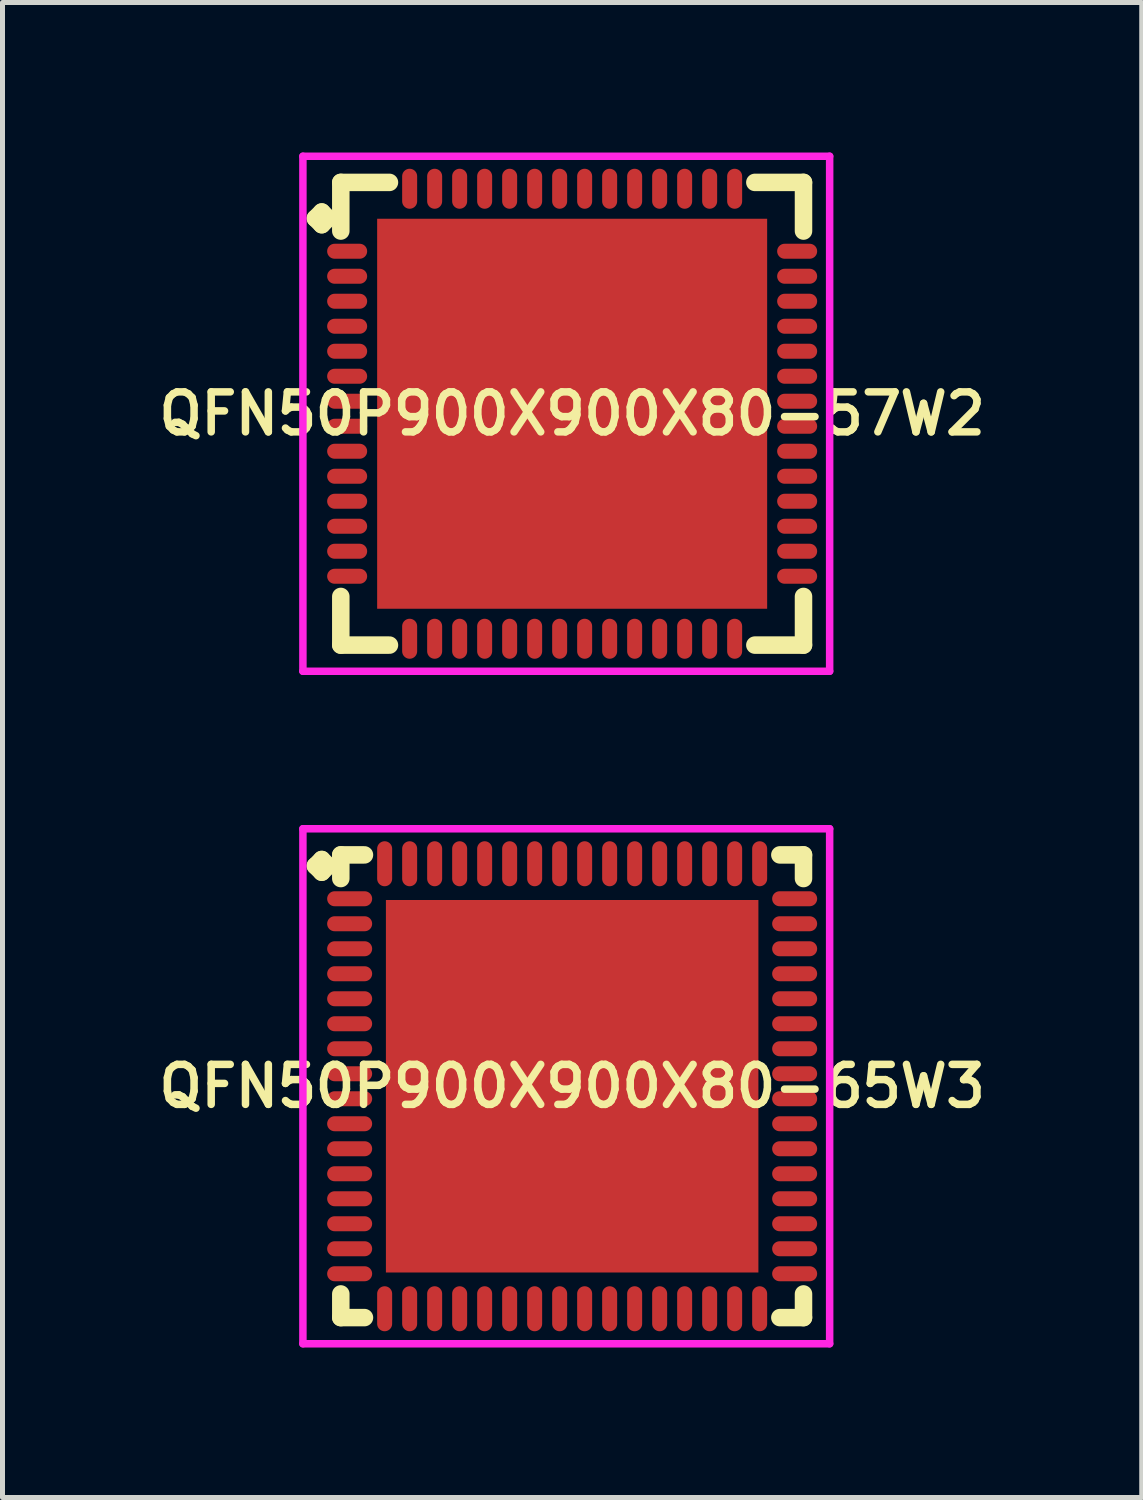
<source format=kicad_pcb>
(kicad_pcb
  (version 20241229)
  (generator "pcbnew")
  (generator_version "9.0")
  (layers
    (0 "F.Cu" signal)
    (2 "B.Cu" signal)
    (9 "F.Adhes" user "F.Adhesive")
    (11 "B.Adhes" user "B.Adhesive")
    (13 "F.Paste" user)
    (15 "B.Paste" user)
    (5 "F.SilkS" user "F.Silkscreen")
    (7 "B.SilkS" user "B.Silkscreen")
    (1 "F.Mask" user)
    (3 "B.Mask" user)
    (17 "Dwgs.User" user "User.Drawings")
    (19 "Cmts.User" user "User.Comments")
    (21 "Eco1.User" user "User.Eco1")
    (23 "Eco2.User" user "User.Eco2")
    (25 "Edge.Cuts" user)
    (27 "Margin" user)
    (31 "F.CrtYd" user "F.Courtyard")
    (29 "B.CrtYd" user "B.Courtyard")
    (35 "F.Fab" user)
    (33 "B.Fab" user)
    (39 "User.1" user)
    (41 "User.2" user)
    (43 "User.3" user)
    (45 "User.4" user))
  (footprint "QFN50P900X900X80-57W2"
    (layer "F.Cu")
    (at 8.393 5.225)
    (property "Reference" "QFN50P900X900X80-57W2" (at 0 0 0) (layer "F.SilkS") (effects (font (size 0.8 0.8) (thickness 0.15))))
    (attr smd)
    (fp_line (start -5.135 -3.908) (end -5.008 -4.035) (stroke (width 0.35) (type solid)) (layer "F.SilkS"))
    (fp_line (start -5.008 -4.035) (end -4.881 -3.908) (stroke (width 0.35) (type solid)) (layer "F.SilkS"))
    (fp_line (start -5.008 -3.781) (end -5.135 -3.908) (stroke (width 0.35) (type solid)) (layer "F.SilkS"))
    (fp_line (start -4.881 -3.908) (end -5.008 -3.781) (stroke (width 0.35) (type solid)) (layer "F.SilkS"))
    (fp_line (start -4.627 -4.627) (end -3.654 -4.627) (stroke (width 0.35) (type solid)) (layer "F.SilkS"))
    (fp_line (start -4.627 -3.654) (end -4.627 -4.627) (stroke (width 0.35) (type solid)) (layer "F.SilkS"))
    (fp_line (start -4.627 3.654) (end -4.627 4.627) (stroke (width 0.35) (type solid)) (layer "F.SilkS"))
    (fp_line (start -4.627 4.627) (end -3.654 4.627) (stroke (width 0.35) (type solid)) (layer "F.SilkS"))
    (fp_line (start 3.654 -4.627) (end 4.627 -4.627) (stroke (width 0.35) (type solid)) (layer "F.SilkS"))
    (fp_line (start 3.654 4.627) (end 4.627 4.627) (stroke (width 0.35) (type solid)) (layer "F.SilkS"))
    (fp_line (start 4.627 -4.627) (end 4.627 -3.654) (stroke (width 0.35) (type solid)) (layer "F.SilkS"))
    (fp_line (start 4.627 4.627) (end 4.627 3.654) (stroke (width 0.35) (type solid)) (layer "F.SilkS"))
    (fp_line (start -5.385 -5.15) (end 5.15 -5.15) (stroke (width 0.15) (type solid)) (layer "F.CrtYd"))
    (fp_line (start -5.385 5.15) (end -5.385 -5.15) (stroke (width 0.15) (type solid)) (layer "F.CrtYd"))
    (fp_line (start 5.15 -5.15) (end 5.15 5.15) (stroke (width 0.15) (type solid)) (layer "F.CrtYd"))
    (fp_line (start 5.15 5.15) (end -5.385 5.15) (stroke (width 0.15) (type solid)) (layer "F.CrtYd"))
    (pad "1" smd oval (at -4.5 -3.25) (size 0.8 0.3) (layers "F.Cu" "F.Mask" "F.Paste"))
    (pad "2" smd oval (at -4.5 -2.75) (size 0.8 0.3) (layers "F.Cu" "F.Mask" "F.Paste"))
    (pad "3" smd oval (at -4.5 -2.25) (size 0.8 0.3) (layers "F.Cu" "F.Mask" "F.Paste"))
    (pad "4" smd oval (at -4.5 -1.75) (size 0.8 0.3) (layers "F.Cu" "F.Mask" "F.Paste"))
    (pad "5" smd oval (at -4.5 -1.25) (size 0.8 0.3) (layers "F.Cu" "F.Mask" "F.Paste"))
    (pad "6" smd oval (at -4.5 -0.75) (size 0.8 0.3) (layers "F.Cu" "F.Mask" "F.Paste"))
    (pad "7" smd oval (at -4.5 -0.25) (size 0.8 0.3) (layers "F.Cu" "F.Mask" "F.Paste"))
    (pad "8" smd oval (at -4.5 0.25) (size 0.8 0.3) (layers "F.Cu" "F.Mask" "F.Paste"))
    (pad "9" smd oval (at -4.5 0.75) (size 0.8 0.3) (layers "F.Cu" "F.Mask" "F.Paste"))
    (pad "10" smd oval (at -4.5 1.25) (size 0.8 0.3) (layers "F.Cu" "F.Mask" "F.Paste"))
    (pad "11" smd oval (at -4.5 1.75) (size 0.8 0.3) (layers "F.Cu" "F.Mask" "F.Paste"))
    (pad "12" smd oval (at -4.5 2.25) (size 0.8 0.3) (layers "F.Cu" "F.Mask" "F.Paste"))
    (pad "13" smd oval (at -4.5 2.75) (size 0.8 0.3) (layers "F.Cu" "F.Mask" "F.Paste"))
    (pad "14" smd oval (at -4.5 3.25) (size 0.8 0.3) (layers "F.Cu" "F.Mask" "F.Paste"))
    (pad "15" smd oval (at -3.25 4.5) (size 0.3 0.8) (layers "F.Cu" "F.Mask" "F.Paste"))
    (pad "16" smd oval (at -2.75 4.5) (size 0.3 0.8) (layers "F.Cu" "F.Mask" "F.Paste"))
    (pad "17" smd oval (at -2.25 4.5) (size 0.3 0.8) (layers "F.Cu" "F.Mask" "F.Paste"))
    (pad "18" smd oval (at -1.75 4.5) (size 0.3 0.8) (layers "F.Cu" "F.Mask" "F.Paste"))
    (pad "19" smd oval (at -1.25 4.5) (size 0.3 0.8) (layers "F.Cu" "F.Mask" "F.Paste"))
    (pad "20" smd oval (at -0.75 4.5) (size 0.3 0.8) (layers "F.Cu" "F.Mask" "F.Paste"))
    (pad "21" smd oval (at -0.25 4.5) (size 0.3 0.8) (layers "F.Cu" "F.Mask" "F.Paste"))
    (pad "22" smd oval (at 0.25 4.5) (size 0.3 0.8) (layers "F.Cu" "F.Mask" "F.Paste"))
    (pad "23" smd oval (at 0.75 4.5) (size 0.3 0.8) (layers "F.Cu" "F.Mask" "F.Paste"))
    (pad "24" smd oval (at 1.25 4.5) (size 0.3 0.8) (layers "F.Cu" "F.Mask" "F.Paste"))
    (pad "25" smd oval (at 1.75 4.5) (size 0.3 0.8) (layers "F.Cu" "F.Mask" "F.Paste"))
    (pad "26" smd oval (at 2.25 4.5) (size 0.3 0.8) (layers "F.Cu" "F.Mask" "F.Paste"))
    (pad "27" smd oval (at 2.75 4.5) (size 0.3 0.8) (layers "F.Cu" "F.Mask" "F.Paste"))
    (pad "28" smd oval (at 3.25 4.5) (size 0.3 0.8) (layers "F.Cu" "F.Mask" "F.Paste"))
    (pad "29" smd oval (at 4.5 3.25) (size 0.8 0.3) (layers "F.Cu" "F.Mask" "F.Paste"))
    (pad "30" smd oval (at 4.5 2.75) (size 0.8 0.3) (layers "F.Cu" "F.Mask" "F.Paste"))
    (pad "31" smd oval (at 4.5 2.25) (size 0.8 0.3) (layers "F.Cu" "F.Mask" "F.Paste"))
    (pad "32" smd oval (at 4.5 1.75) (size 0.8 0.3) (layers "F.Cu" "F.Mask" "F.Paste"))
    (pad "33" smd oval (at 4.5 1.25) (size 0.8 0.3) (layers "F.Cu" "F.Mask" "F.Paste"))
    (pad "34" smd oval (at 4.5 0.75) (size 0.8 0.3) (layers "F.Cu" "F.Mask" "F.Paste"))
    (pad "35" smd oval (at 4.5 0.25) (size 0.8 0.3) (layers "F.Cu" "F.Mask" "F.Paste"))
    (pad "36" smd oval (at 4.5 -0.25) (size 0.8 0.3) (layers "F.Cu" "F.Mask" "F.Paste"))
    (pad "37" smd oval (at 4.5 -0.75) (size 0.8 0.3) (layers "F.Cu" "F.Mask" "F.Paste"))
    (pad "38" smd oval (at 4.5 -1.25) (size 0.8 0.3) (layers "F.Cu" "F.Mask" "F.Paste"))
    (pad "39" smd oval (at 4.5 -1.75) (size 0.8 0.3) (layers "F.Cu" "F.Mask" "F.Paste"))
    (pad "40" smd oval (at 4.5 -2.25) (size 0.8 0.3) (layers "F.Cu" "F.Mask" "F.Paste"))
    (pad "41" smd oval (at 4.5 -2.75) (size 0.8 0.3) (layers "F.Cu" "F.Mask" "F.Paste"))
    (pad "42" smd oval (at 4.5 -3.25) (size 0.8 0.3) (layers "F.Cu" "F.Mask" "F.Paste"))
    (pad "43" smd oval (at 3.25 -4.5) (size 0.3 0.8) (layers "F.Cu" "F.Mask" "F.Paste"))
    (pad "44" smd oval (at 2.75 -4.5) (size 0.3 0.8) (layers "F.Cu" "F.Mask" "F.Paste"))
    (pad "45" smd oval (at 2.25 -4.5) (size 0.3 0.8) (layers "F.Cu" "F.Mask" "F.Paste"))
    (pad "46" smd oval (at 1.75 -4.5) (size 0.3 0.8) (layers "F.Cu" "F.Mask" "F.Paste"))
    (pad "47" smd oval (at 1.25 -4.5) (size 0.3 0.8) (layers "F.Cu" "F.Mask" "F.Paste"))
    (pad "48" smd oval (at 0.75 -4.5) (size 0.3 0.8) (layers "F.Cu" "F.Mask" "F.Paste"))
    (pad "49" smd oval (at 0.25 -4.5) (size 0.3 0.8) (layers "F.Cu" "F.Mask" "F.Paste"))
    (pad "50" smd oval (at -0.25 -4.5) (size 0.3 0.8) (layers "F.Cu" "F.Mask" "F.Paste"))
    (pad "51" smd oval (at -0.75 -4.5) (size 0.3 0.8) (layers "F.Cu" "F.Mask" "F.Paste"))
    (pad "52" smd oval (at -1.25 -4.5) (size 0.3 0.8) (layers "F.Cu" "F.Mask" "F.Paste"))
    (pad "53" smd oval (at -1.75 -4.5) (size 0.3 0.8) (layers "F.Cu" "F.Mask" "F.Paste"))
    (pad "54" smd oval (at -2.25 -4.5) (size 0.3 0.8) (layers "F.Cu" "F.Mask" "F.Paste"))
    (pad "55" smd oval (at -2.75 -4.5) (size 0.3 0.8) (layers "F.Cu" "F.Mask" "F.Paste"))
    (pad "56" smd oval (at -3.25 -4.5) (size 0.3 0.8) (layers "F.Cu" "F.Mask" "F.Paste"))
    (pad "57" smd rect (at 0 0) (size 7.8 7.8) (layers "F.Cu" "F.Mask" "F.Paste")))
  (footprint "QFN50P900X900X80-65W3"
    (layer "F.Cu")
    (at 8.393 18.675)
    (property "Reference" "QFN50P900X900X80-65W3" (at 0 0 0) (layer "F.SilkS") (effects (font (size 0.8 0.8) (thickness 0.15))))
    (attr smd)
    (fp_line (start -5.135 -4.408) (end -5.008 -4.535) (stroke (width 0.35) (type solid)) (layer "F.SilkS"))
    (fp_line (start -5.008 -4.535) (end -4.881 -4.408) (stroke (width 0.35) (type solid)) (layer "F.SilkS"))
    (fp_line (start -5.008 -4.281) (end -5.135 -4.408) (stroke (width 0.35) (type solid)) (layer "F.SilkS"))
    (fp_line (start -4.881 -4.408) (end -5.008 -4.281) (stroke (width 0.35) (type solid)) (layer "F.SilkS"))
    (fp_line (start -4.627 -4.627) (end -4.154 -4.627) (stroke (width 0.35) (type solid)) (layer "F.SilkS"))
    (fp_line (start -4.627 -4.154) (end -4.627 -4.627) (stroke (width 0.35) (type solid)) (layer "F.SilkS"))
    (fp_line (start -4.627 4.154) (end -4.627 4.627) (stroke (width 0.35) (type solid)) (layer "F.SilkS"))
    (fp_line (start -4.627 4.627) (end -4.154 4.627) (stroke (width 0.35) (type solid)) (layer "F.SilkS"))
    (fp_line (start 4.154 -4.627) (end 4.627 -4.627) (stroke (width 0.35) (type solid)) (layer "F.SilkS"))
    (fp_line (start 4.154 4.627) (end 4.627 4.627) (stroke (width 0.35) (type solid)) (layer "F.SilkS"))
    (fp_line (start 4.627 -4.627) (end 4.627 -4.154) (stroke (width 0.35) (type solid)) (layer "F.SilkS"))
    (fp_line (start 4.627 4.627) (end 4.627 4.154) (stroke (width 0.35) (type solid)) (layer "F.SilkS"))
    (fp_line (start -5.385 -5.15) (end 5.15 -5.15) (stroke (width 0.15) (type solid)) (layer "F.CrtYd"))
    (fp_line (start -5.385 5.15) (end -5.385 -5.15) (stroke (width 0.15) (type solid)) (layer "F.CrtYd"))
    (fp_line (start 5.15 -5.15) (end 5.15 5.15) (stroke (width 0.15) (type solid)) (layer "F.CrtYd"))
    (fp_line (start 5.15 5.15) (end -5.385 5.15) (stroke (width 0.15) (type solid)) (layer "F.CrtYd"))
    (pad "1" smd oval (at -4.45 -3.75) (size 0.9 0.3) (layers "F.Cu" "F.Mask" "F.Paste"))
    (pad "2" smd oval (at -4.45 -3.25) (size 0.9 0.3) (layers "F.Cu" "F.Mask" "F.Paste"))
    (pad "3" smd oval (at -4.45 -2.75) (size 0.9 0.3) (layers "F.Cu" "F.Mask" "F.Paste"))
    (pad "4" smd oval (at -4.45 -2.25) (size 0.9 0.3) (layers "F.Cu" "F.Mask" "F.Paste"))
    (pad "5" smd oval (at -4.45 -1.75) (size 0.9 0.3) (layers "F.Cu" "F.Mask" "F.Paste"))
    (pad "6" smd oval (at -4.45 -1.25) (size 0.9 0.3) (layers "F.Cu" "F.Mask" "F.Paste"))
    (pad "7" smd oval (at -4.45 -0.75) (size 0.9 0.3) (layers "F.Cu" "F.Mask" "F.Paste"))
    (pad "8" smd oval (at -4.45 -0.25) (size 0.9 0.3) (layers "F.Cu" "F.Mask" "F.Paste"))
    (pad "9" smd oval (at -4.45 0.25) (size 0.9 0.3) (layers "F.Cu" "F.Mask" "F.Paste"))
    (pad "10" smd oval (at -4.45 0.75) (size 0.9 0.3) (layers "F.Cu" "F.Mask" "F.Paste"))
    (pad "11" smd oval (at -4.45 1.25) (size 0.9 0.3) (layers "F.Cu" "F.Mask" "F.Paste"))
    (pad "12" smd oval (at -4.45 1.75) (size 0.9 0.3) (layers "F.Cu" "F.Mask" "F.Paste"))
    (pad "13" smd oval (at -4.45 2.25) (size 0.9 0.3) (layers "F.Cu" "F.Mask" "F.Paste"))
    (pad "14" smd oval (at -4.45 2.75) (size 0.9 0.3) (layers "F.Cu" "F.Mask" "F.Paste"))
    (pad "15" smd oval (at -4.45 3.25) (size 0.9 0.3) (layers "F.Cu" "F.Mask" "F.Paste"))
    (pad "16" smd oval (at -4.45 3.75) (size 0.9 0.3) (layers "F.Cu" "F.Mask" "F.Paste"))
    (pad "17" smd oval (at -3.75 4.45) (size 0.3 0.9) (layers "F.Cu" "F.Mask" "F.Paste"))
    (pad "18" smd oval (at -3.25 4.45) (size 0.3 0.9) (layers "F.Cu" "F.Mask" "F.Paste"))
    (pad "19" smd oval (at -2.75 4.45) (size 0.3 0.9) (layers "F.Cu" "F.Mask" "F.Paste"))
    (pad "20" smd oval (at -2.25 4.45) (size 0.3 0.9) (layers "F.Cu" "F.Mask" "F.Paste"))
    (pad "21" smd oval (at -1.75 4.45) (size 0.3 0.9) (layers "F.Cu" "F.Mask" "F.Paste"))
    (pad "22" smd oval (at -1.25 4.45) (size 0.3 0.9) (layers "F.Cu" "F.Mask" "F.Paste"))
    (pad "23" smd oval (at -0.75 4.45) (size 0.3 0.9) (layers "F.Cu" "F.Mask" "F.Paste"))
    (pad "24" smd oval (at -0.25 4.45) (size 0.3 0.9) (layers "F.Cu" "F.Mask" "F.Paste"))
    (pad "25" smd oval (at 0.25 4.45) (size 0.3 0.9) (layers "F.Cu" "F.Mask" "F.Paste"))
    (pad "26" smd oval (at 0.75 4.45) (size 0.3 0.9) (layers "F.Cu" "F.Mask" "F.Paste"))
    (pad "27" smd oval (at 1.25 4.45) (size 0.3 0.9) (layers "F.Cu" "F.Mask" "F.Paste"))
    (pad "28" smd oval (at 1.75 4.45) (size 0.3 0.9) (layers "F.Cu" "F.Mask" "F.Paste"))
    (pad "29" smd oval (at 2.25 4.45) (size 0.3 0.9) (layers "F.Cu" "F.Mask" "F.Paste"))
    (pad "30" smd oval (at 2.75 4.45) (size 0.3 0.9) (layers "F.Cu" "F.Mask" "F.Paste"))
    (pad "31" smd oval (at 3.25 4.45) (size 0.3 0.9) (layers "F.Cu" "F.Mask" "F.Paste"))
    (pad "32" smd oval (at 3.75 4.45) (size 0.3 0.9) (layers "F.Cu" "F.Mask" "F.Paste"))
    (pad "33" smd oval (at 4.45 3.75) (size 0.9 0.3) (layers "F.Cu" "F.Mask" "F.Paste"))
    (pad "34" smd oval (at 4.45 3.25) (size 0.9 0.3) (layers "F.Cu" "F.Mask" "F.Paste"))
    (pad "35" smd oval (at 4.45 2.75) (size 0.9 0.3) (layers "F.Cu" "F.Mask" "F.Paste"))
    (pad "36" smd oval (at 4.45 2.25) (size 0.9 0.3) (layers "F.Cu" "F.Mask" "F.Paste"))
    (pad "37" smd oval (at 4.45 1.75) (size 0.9 0.3) (layers "F.Cu" "F.Mask" "F.Paste"))
    (pad "38" smd oval (at 4.45 1.25) (size 0.9 0.3) (layers "F.Cu" "F.Mask" "F.Paste"))
    (pad "39" smd oval (at 4.45 0.75) (size 0.9 0.3) (layers "F.Cu" "F.Mask" "F.Paste"))
    (pad "40" smd oval (at 4.45 0.25) (size 0.9 0.3) (layers "F.Cu" "F.Mask" "F.Paste"))
    (pad "41" smd oval (at 4.45 -0.25) (size 0.9 0.3) (layers "F.Cu" "F.Mask" "F.Paste"))
    (pad "42" smd oval (at 4.45 -0.75) (size 0.9 0.3) (layers "F.Cu" "F.Mask" "F.Paste"))
    (pad "43" smd oval (at 4.45 -1.25) (size 0.9 0.3) (layers "F.Cu" "F.Mask" "F.Paste"))
    (pad "44" smd oval (at 4.45 -1.75) (size 0.9 0.3) (layers "F.Cu" "F.Mask" "F.Paste"))
    (pad "45" smd oval (at 4.45 -2.25) (size 0.9 0.3) (layers "F.Cu" "F.Mask" "F.Paste"))
    (pad "46" smd oval (at 4.45 -2.75) (size 0.9 0.3) (layers "F.Cu" "F.Mask" "F.Paste"))
    (pad "47" smd oval (at 4.45 -3.25) (size 0.9 0.3) (layers "F.Cu" "F.Mask" "F.Paste"))
    (pad "48" smd oval (at 4.45 -3.75) (size 0.9 0.3) (layers "F.Cu" "F.Mask" "F.Paste"))
    (pad "49" smd oval (at 3.75 -4.45) (size 0.3 0.9) (layers "F.Cu" "F.Mask" "F.Paste"))
    (pad "50" smd oval (at 3.25 -4.45) (size 0.3 0.9) (layers "F.Cu" "F.Mask" "F.Paste"))
    (pad "51" smd oval (at 2.75 -4.45) (size 0.3 0.9) (layers "F.Cu" "F.Mask" "F.Paste"))
    (pad "52" smd oval (at 2.25 -4.45) (size 0.3 0.9) (layers "F.Cu" "F.Mask" "F.Paste"))
    (pad "53" smd oval (at 1.75 -4.45) (size 0.3 0.9) (layers "F.Cu" "F.Mask" "F.Paste"))
    (pad "54" smd oval (at 1.25 -4.45) (size 0.3 0.9) (layers "F.Cu" "F.Mask" "F.Paste"))
    (pad "55" smd oval (at 0.75 -4.45) (size 0.3 0.9) (layers "F.Cu" "F.Mask" "F.Paste"))
    (pad "56" smd oval (at 0.25 -4.45) (size 0.3 0.9) (layers "F.Cu" "F.Mask" "F.Paste"))
    (pad "57" smd oval (at -0.25 -4.45) (size 0.3 0.9) (layers "F.Cu" "F.Mask" "F.Paste"))
    (pad "58" smd oval (at -0.75 -4.45) (size 0.3 0.9) (layers "F.Cu" "F.Mask" "F.Paste"))
    (pad "59" smd oval (at -1.25 -4.45) (size 0.3 0.9) (layers "F.Cu" "F.Mask" "F.Paste"))
    (pad "60" smd oval (at -1.75 -4.45) (size 0.3 0.9) (layers "F.Cu" "F.Mask" "F.Paste"))
    (pad "61" smd oval (at -2.25 -4.45) (size 0.3 0.9) (layers "F.Cu" "F.Mask" "F.Paste"))
    (pad "62" smd oval (at -2.75 -4.45) (size 0.3 0.9) (layers "F.Cu" "F.Mask" "F.Paste"))
    (pad "63" smd oval (at -3.25 -4.45) (size 0.3 0.9) (layers "F.Cu" "F.Mask" "F.Paste"))
    (pad "64" smd oval (at -3.75 -4.45) (size 0.3 0.9) (layers "F.Cu" "F.Mask" "F.Paste"))
    (pad "65" smd rect (at 0 0) (size 7.45 7.45) (layers "F.Cu" "F.Mask" "F.Paste")))
  (gr_rect
    (start -3 -3)
    (end 19.785 26.9)
    (stroke (width 0.1) (type default))
    (fill no)
    (layer "Edge.Cuts")))
</source>
